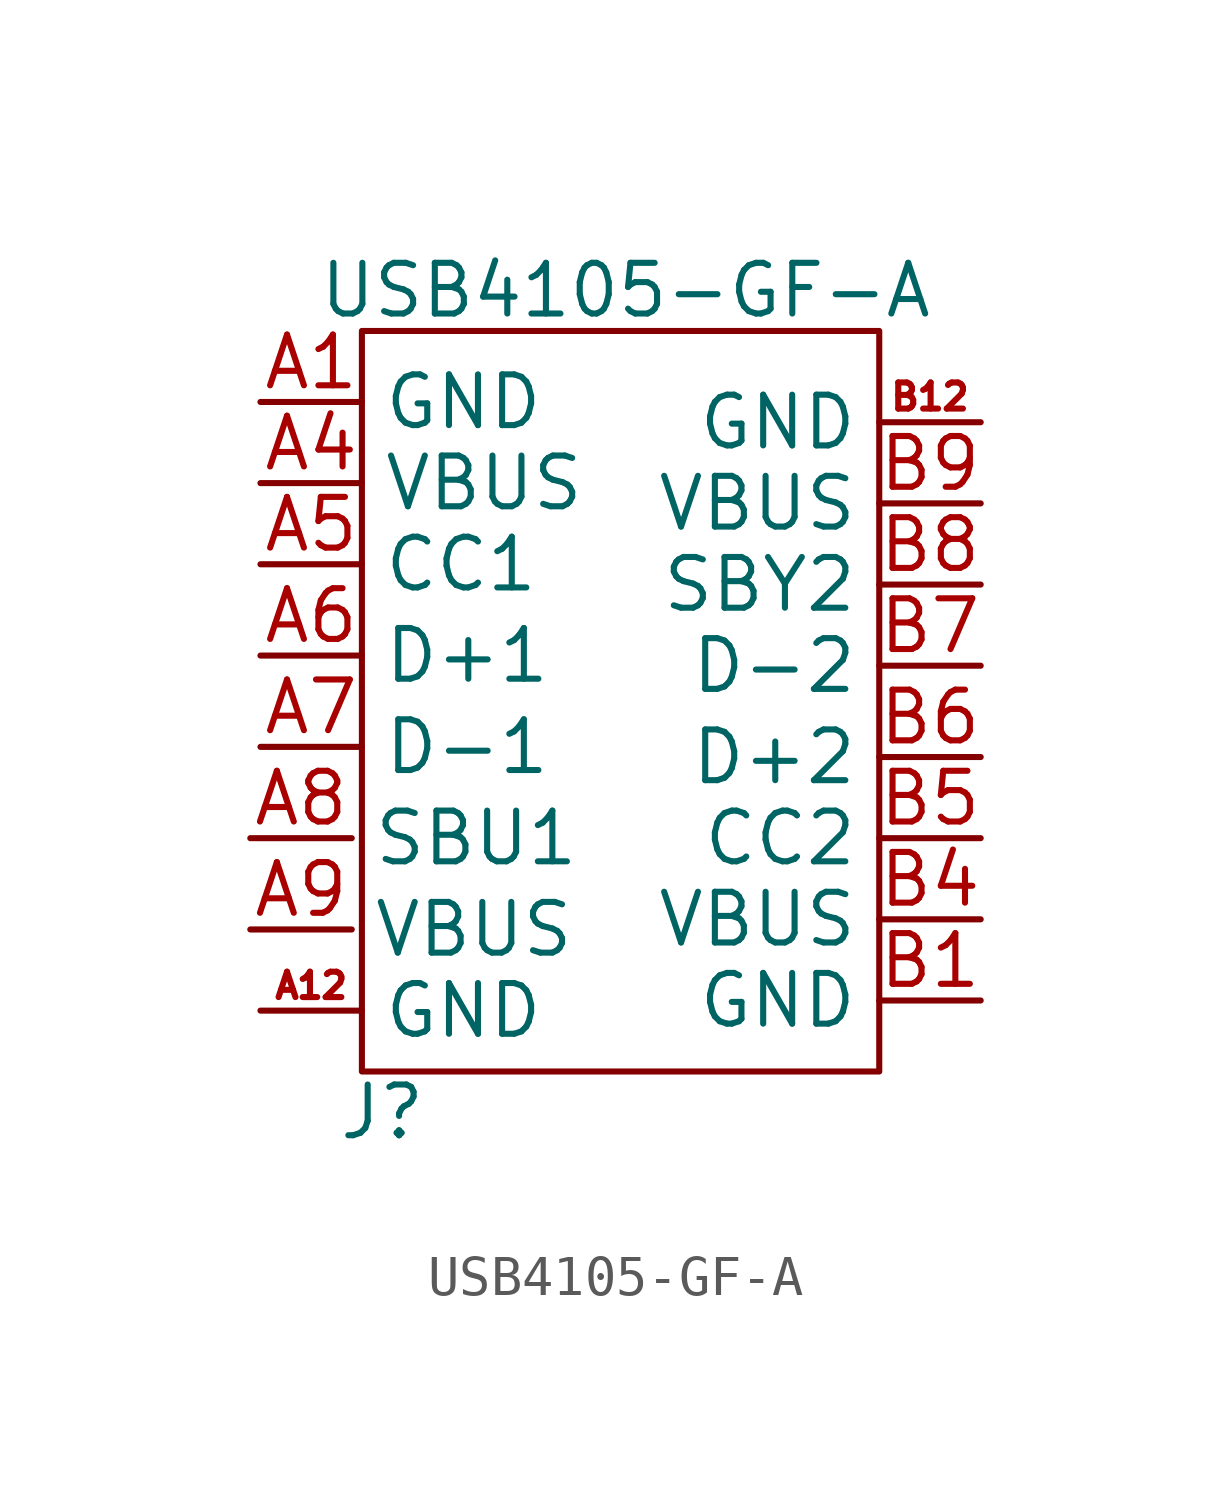
<source format=kicad_sym>
(kicad_symbol_lib
  (version 20211014)
  (generator kicad_symbol_editor)
  (symbol "USB4105-GF-A"
    (property "Reference" "J"
      (at -4.826 -20.32 0)
      (effects (font (size 1.27 1.27))))
    (property "Value" "USB4105-GF-A"
      (at 1.27 0.254 0)
      (effects (font (size 1.27 1.27))))
    (symbol "USB4105-GF-A_0_1"
      (rectangle (start -5.334 -0.762) (end 7.62 -19.304) (stroke (width 0) (type default) (color 0 0 0 0)) (fill (type none))))
    (symbol "USB4105-GF-A_1_1"
      (pin input line (at -7.874 -2.54 0) (length 2.54) (name "GND" (effects (font (size 1.27 1.27)))) (number "A1" (effects (font (size 1.27 1.27)))))
      (pin bidirectional line (at -7.874 -17.78 0) (length 2.54) (name "GND" (effects (font (size 1.27 1.27)))) (number "A12" (effects (font (size 0.635 0.635)))))
      (pin input line (at -7.874 -4.572 0) (length 2.54) (name "VBUS" (effects (font (size 1.27 1.27)))) (number "A4" (effects (font (size 1.27 1.27)))))
      (pin bidirectional line (at -7.874 -6.604 0) (length 2.54) (name "CC1" (effects (font (size 1.27 1.27)))) (number "A5" (effects (font (size 1.27 1.27)))))
      (pin bidirectional line (at -7.874 -8.89 0) (length 2.54) (name "D+1" (effects (font (size 1.27 1.27)))) (number "A6" (effects (font (size 1.27 1.27)))))
      (pin bidirectional line (at -7.874 -11.176 0) (length 2.54) (name "D-1" (effects (font (size 1.27 1.27)))) (number "A7" (effects (font (size 1.27 1.27)))))
      (pin bidirectional line (at -8.128 -13.462 0) (length 2.54) (name "SBU1" (effects (font (size 1.27 1.27)))) (number "A8" (effects (font (size 1.27 1.27)))))
      (pin bidirectional line (at -8.128 -15.748 0) (length 2.54) (name "VBUS" (effects (font (size 1.27 1.27)))) (number "A9" (effects (font (size 1.27 1.27)))))
      (pin bidirectional line (at 10.16 -17.526 180) (length 2.54) (name "GND" (effects (font (size 1.27 1.27)))) (number "B1" (effects (font (size 1.27 1.27)))))
      (pin bidirectional line (at 10.16 -3.048 180) (length 2.54) (name "GND" (effects (font (size 1.27 1.27)))) (number "B12" (effects (font (size 0.654 0.654)))))
      (pin bidirectional line (at 10.16 -15.494 180) (length 2.54) (name "VBUS" (effects (font (size 1.27 1.27)))) (number "B4" (effects (font (size 1.27 1.27)))))
      (pin bidirectional line (at 10.16 -13.462 180) (length 2.54) (name "CC2" (effects (font (size 1.27 1.27)))) (number "B5" (effects (font (size 1.27 1.27)))))
      (pin bidirectional line (at 10.16 -11.43 180) (length 2.54) (name "D+2" (effects (font (size 1.27 1.27)))) (number "B6" (effects (font (size 1.27 1.27)))))
      (pin bidirectional line (at 10.16 -9.144 180) (length 2.54) (name "D-2" (effects (font (size 1.27 1.27)))) (number "B7" (effects (font (size 1.27 1.27)))))
      (pin bidirectional line (at 10.16 -7.112 180) (length 2.54) (name "SBY2" (effects (font (size 1.27 1.27)))) (number "B8" (effects (font (size 1.27 1.27)))))
      (pin bidirectional line (at 10.16 -5.08 180) (length 2.54) (name "VBUS" (effects (font (size 1.27 1.27)))) (number "B9" (effects (font (size 1.27 1.27))))))))
</source>
